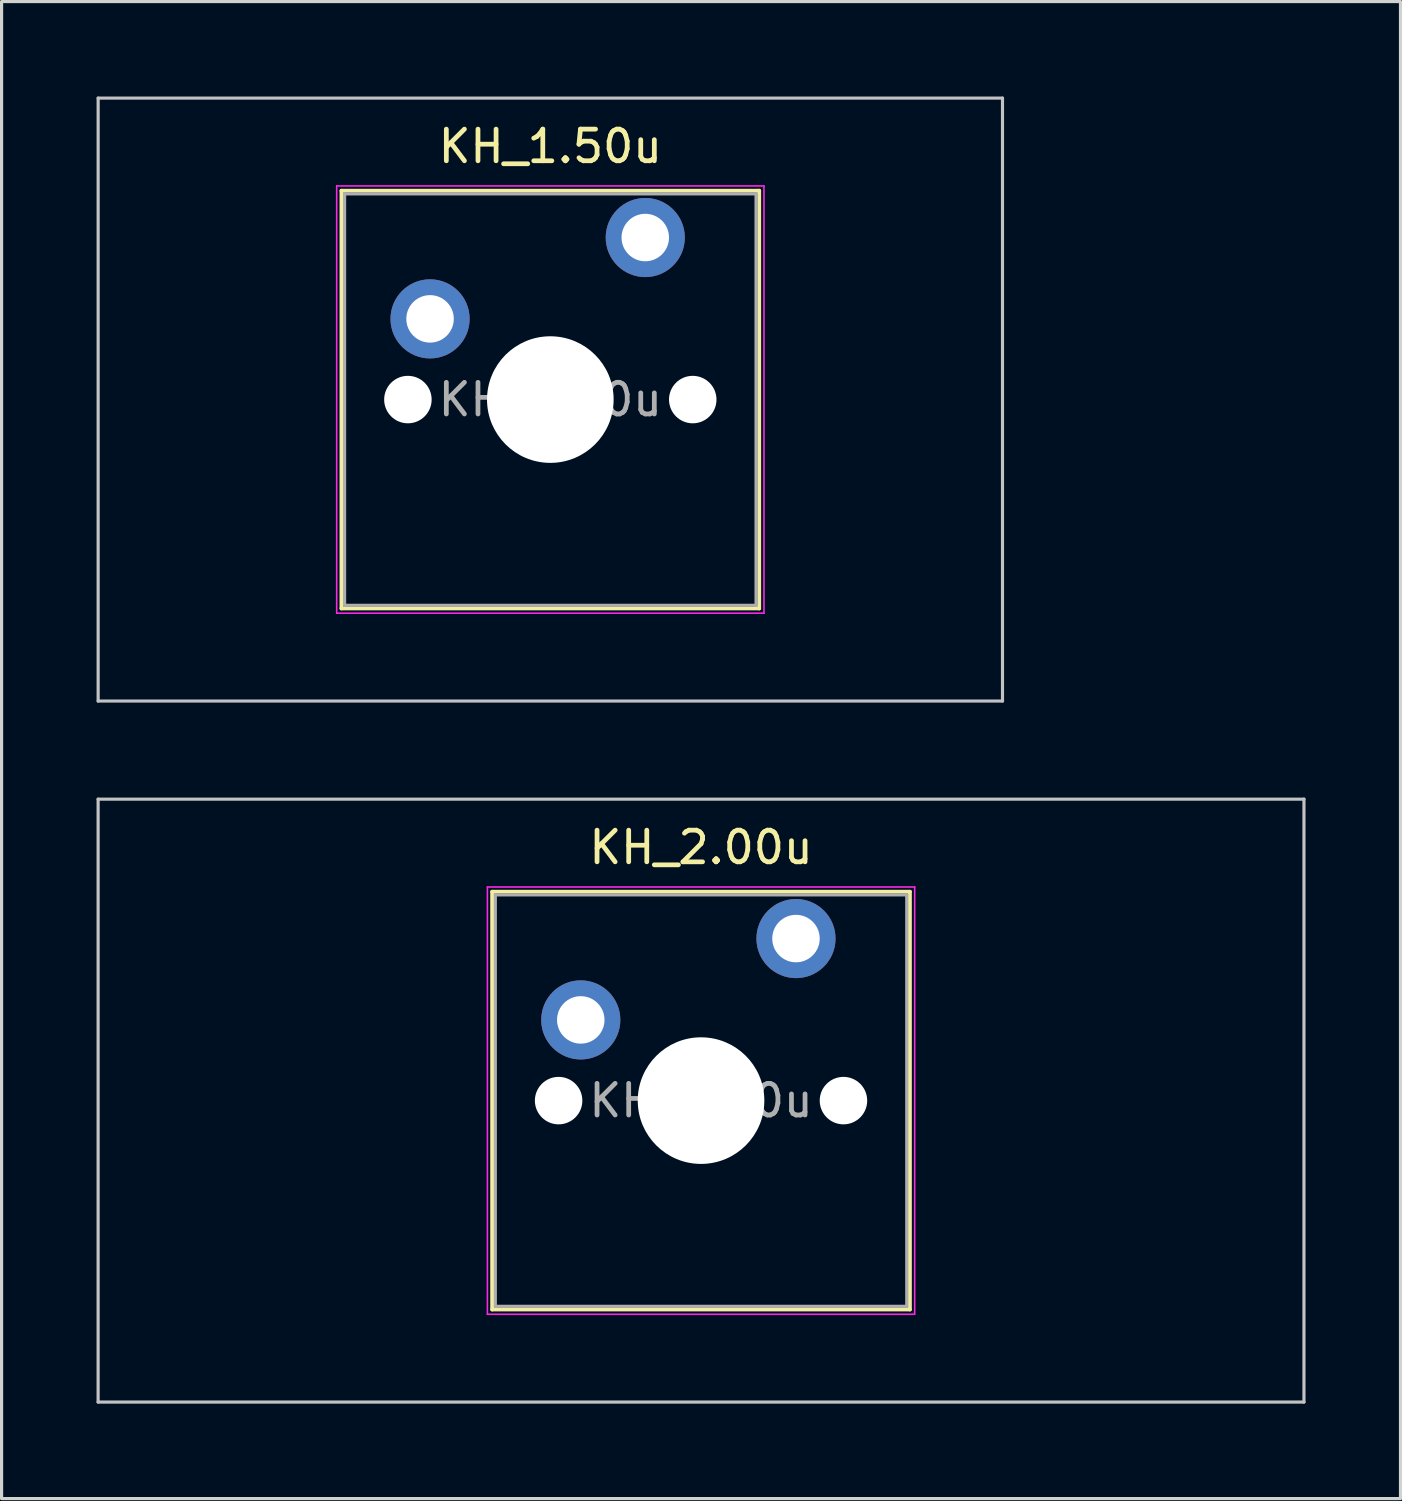
<source format=kicad_pcb>
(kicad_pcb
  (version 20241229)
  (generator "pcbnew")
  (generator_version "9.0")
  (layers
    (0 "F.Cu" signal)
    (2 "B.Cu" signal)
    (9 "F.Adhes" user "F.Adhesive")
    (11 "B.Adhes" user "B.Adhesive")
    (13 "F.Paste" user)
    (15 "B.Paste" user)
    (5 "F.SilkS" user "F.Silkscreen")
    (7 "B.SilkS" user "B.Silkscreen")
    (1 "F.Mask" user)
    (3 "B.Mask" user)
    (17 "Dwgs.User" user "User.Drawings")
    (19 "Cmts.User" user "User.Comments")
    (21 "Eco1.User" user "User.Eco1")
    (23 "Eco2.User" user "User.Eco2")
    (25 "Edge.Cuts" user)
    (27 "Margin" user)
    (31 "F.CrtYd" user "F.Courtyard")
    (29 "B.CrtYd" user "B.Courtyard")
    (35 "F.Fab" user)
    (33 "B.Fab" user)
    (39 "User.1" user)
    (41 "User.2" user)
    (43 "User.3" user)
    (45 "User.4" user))
  (footprint "KH_2.00u"
    (layer "F.Cu")
    (at 19.1 31.725)
    (property "Reference" "KH_2.00u" (at 0 -8 0) (layer "F.SilkS") (effects (font (size 1 1) (thickness 0.15))))
    (attr through_hole)
    (fp_line (start -6.6 -6.6) (end -6.6 6.6) (stroke (width 0.12) (type solid)) (layer "F.SilkS"))
    (fp_line (start -6.6 6.6) (end 6.6 6.6) (stroke (width 0.12) (type solid)) (layer "F.SilkS"))
    (fp_line (start 6.6 -6.6) (end -6.6 -6.6) (stroke (width 0.12) (type solid)) (layer "F.SilkS"))
    (fp_line (start 6.6 6.6) (end 6.6 -6.6) (stroke (width 0.12) (type solid)) (layer "F.SilkS"))
    (fp_line (start -19.05 -9.525) (end -19.05 9.525) (stroke (width 0.1) (type solid)) (layer "Dwgs.User"))
    (fp_line (start -19.05 9.525) (end 19.05 9.525) (stroke (width 0.1) (type solid)) (layer "Dwgs.User"))
    (fp_line (start 19.05 -9.525) (end -19.05 -9.525) (stroke (width 0.1) (type solid)) (layer "Dwgs.User"))
    (fp_line (start 19.05 9.525) (end 19.05 -9.525) (stroke (width 0.1) (type solid)) (layer "Dwgs.User"))
    (fp_line (start -6.1 -6.1) (end -6.1 6.1) (stroke (width 0.1) (type solid)) (layer "Eco1.User"))
    (fp_line (start -6.1 6.1) (end 6.1 6.1) (stroke (width 0.1) (type solid)) (layer "Eco1.User"))
    (fp_line (start 6.1 -6.1) (end -6.1 -6.1) (stroke (width 0.1) (type solid)) (layer "Eco1.User"))
    (fp_line (start 6.1 6.1) (end 6.1 -6.1) (stroke (width 0.1) (type solid)) (layer "Eco1.User"))
    (fp_line (start -6.75 -6.75) (end -6.75 6.75) (stroke (width 0.05) (type solid)) (layer "F.CrtYd"))
    (fp_line (start -6.75 6.75) (end 6.75 6.75) (stroke (width 0.05) (type solid)) (layer "F.CrtYd"))
    (fp_line (start 6.75 -6.75) (end -6.75 -6.75) (stroke (width 0.05) (type solid)) (layer "F.CrtYd"))
    (fp_line (start 6.75 6.75) (end 6.75 -6.75) (stroke (width 0.05) (type solid)) (layer "F.CrtYd"))
    (fp_line (start -6.5 -6.5) (end -6.5 6.5) (stroke (width 0.1) (type solid)) (layer "F.Fab"))
    (fp_line (start -6.5 6.5) (end 6.5 6.5) (stroke (width 0.1) (type solid)) (layer "F.Fab"))
    (fp_line (start 6.5 -6.5) (end -6.5 -6.5) (stroke (width 0.1) (type solid)) (layer "F.Fab"))
    (fp_line (start 6.5 6.5) (end 6.5 -6.5) (stroke (width 0.1) (type solid)) (layer "F.Fab"))
    (fp_text user "${REFERENCE}" (at 0 0 0) (layer "F.Fab") (effects (font (size 1 1) (thickness 0.15))))
    (pad "" np_thru_hole circle (at -4.5 0) (size 1.5 1.5) (drill 1.5) (layers "*.Cu" "*.Mask"))
    (pad "" np_thru_hole circle (at 0 0) (size 4 4) (drill 4) (layers "*.Cu" "*.Mask"))
    (pad "" np_thru_hole circle (at 4.5 0) (size 1.5 1.5) (drill 1.5) (layers "*.Cu" "*.Mask"))
    (pad "1" thru_hole circle (at -3.8 -2.55) (size 2.5 2.5) (drill 1.5) (layers "*.Cu" "*.Mask"))
    (pad "2" thru_hole circle (at 3 -5.12) (size 2.5 2.5) (drill 1.5) (layers "*.Cu" "*.Mask")))
  (footprint "KH_1.50u"
    (layer "F.Cu")
    (at 14.338 9.575)
    (property "Reference" "KH_1.50u" (at 0 -8 0) (layer "F.SilkS") (effects (font (size 1 1) (thickness 0.15))))
    (attr through_hole)
    (fp_line (start -6.6 -6.6) (end -6.6 6.6) (stroke (width 0.12) (type solid)) (layer "F.SilkS"))
    (fp_line (start -6.6 6.6) (end 6.6 6.6) (stroke (width 0.12) (type solid)) (layer "F.SilkS"))
    (fp_line (start 6.6 -6.6) (end -6.6 -6.6) (stroke (width 0.12) (type solid)) (layer "F.SilkS"))
    (fp_line (start 6.6 6.6) (end 6.6 -6.6) (stroke (width 0.12) (type solid)) (layer "F.SilkS"))
    (fp_line (start -14.287 -9.525) (end -14.287 9.525) (stroke (width 0.1) (type solid)) (layer "Dwgs.User"))
    (fp_line (start -14.287 9.525) (end 14.287 9.525) (stroke (width 0.1) (type solid)) (layer "Dwgs.User"))
    (fp_line (start 14.287 -9.525) (end -14.287 -9.525) (stroke (width 0.1) (type solid)) (layer "Dwgs.User"))
    (fp_line (start 14.287 9.525) (end 14.287 -9.525) (stroke (width 0.1) (type solid)) (layer "Dwgs.User"))
    (fp_line (start -6.1 -6.1) (end -6.1 6.1) (stroke (width 0.1) (type solid)) (layer "Eco1.User"))
    (fp_line (start -6.1 6.1) (end 6.1 6.1) (stroke (width 0.1) (type solid)) (layer "Eco1.User"))
    (fp_line (start 6.1 -6.1) (end -6.1 -6.1) (stroke (width 0.1) (type solid)) (layer "Eco1.User"))
    (fp_line (start 6.1 6.1) (end 6.1 -6.1) (stroke (width 0.1) (type solid)) (layer "Eco1.User"))
    (fp_line (start -6.75 -6.75) (end -6.75 6.75) (stroke (width 0.05) (type solid)) (layer "F.CrtYd"))
    (fp_line (start -6.75 6.75) (end 6.75 6.75) (stroke (width 0.05) (type solid)) (layer "F.CrtYd"))
    (fp_line (start 6.75 -6.75) (end -6.75 -6.75) (stroke (width 0.05) (type solid)) (layer "F.CrtYd"))
    (fp_line (start 6.75 6.75) (end 6.75 -6.75) (stroke (width 0.05) (type solid)) (layer "F.CrtYd"))
    (fp_line (start -6.5 -6.5) (end -6.5 6.5) (stroke (width 0.1) (type solid)) (layer "F.Fab"))
    (fp_line (start -6.5 6.5) (end 6.5 6.5) (stroke (width 0.1) (type solid)) (layer "F.Fab"))
    (fp_line (start 6.5 -6.5) (end -6.5 -6.5) (stroke (width 0.1) (type solid)) (layer "F.Fab"))
    (fp_line (start 6.5 6.5) (end 6.5 -6.5) (stroke (width 0.1) (type solid)) (layer "F.Fab"))
    (fp_text user "${REFERENCE}" (at 0 0 0) (layer "F.Fab") (effects (font (size 1 1) (thickness 0.15))))
    (pad "" np_thru_hole circle (at -4.5 0) (size 1.5 1.5) (drill 1.5) (layers "*.Cu" "*.Mask"))
    (pad "" np_thru_hole circle (at 0 0) (size 4 4) (drill 4) (layers "*.Cu" "*.Mask"))
    (pad "" np_thru_hole circle (at 4.5 0) (size 1.5 1.5) (drill 1.5) (layers "*.Cu" "*.Mask"))
    (pad "1" thru_hole circle (at -3.8 -2.55) (size 2.5 2.5) (drill 1.5) (layers "*.Cu" "*.Mask"))
    (pad "2" thru_hole circle (at 3 -5.12) (size 2.5 2.5) (drill 1.5) (layers "*.Cu" "*.Mask")))
  (gr_rect
    (start -3 -3)
    (end 41.2 44.3)
    (stroke (width 0.1) (type default))
    (fill no)
    (layer "Edge.Cuts")))
</source>
